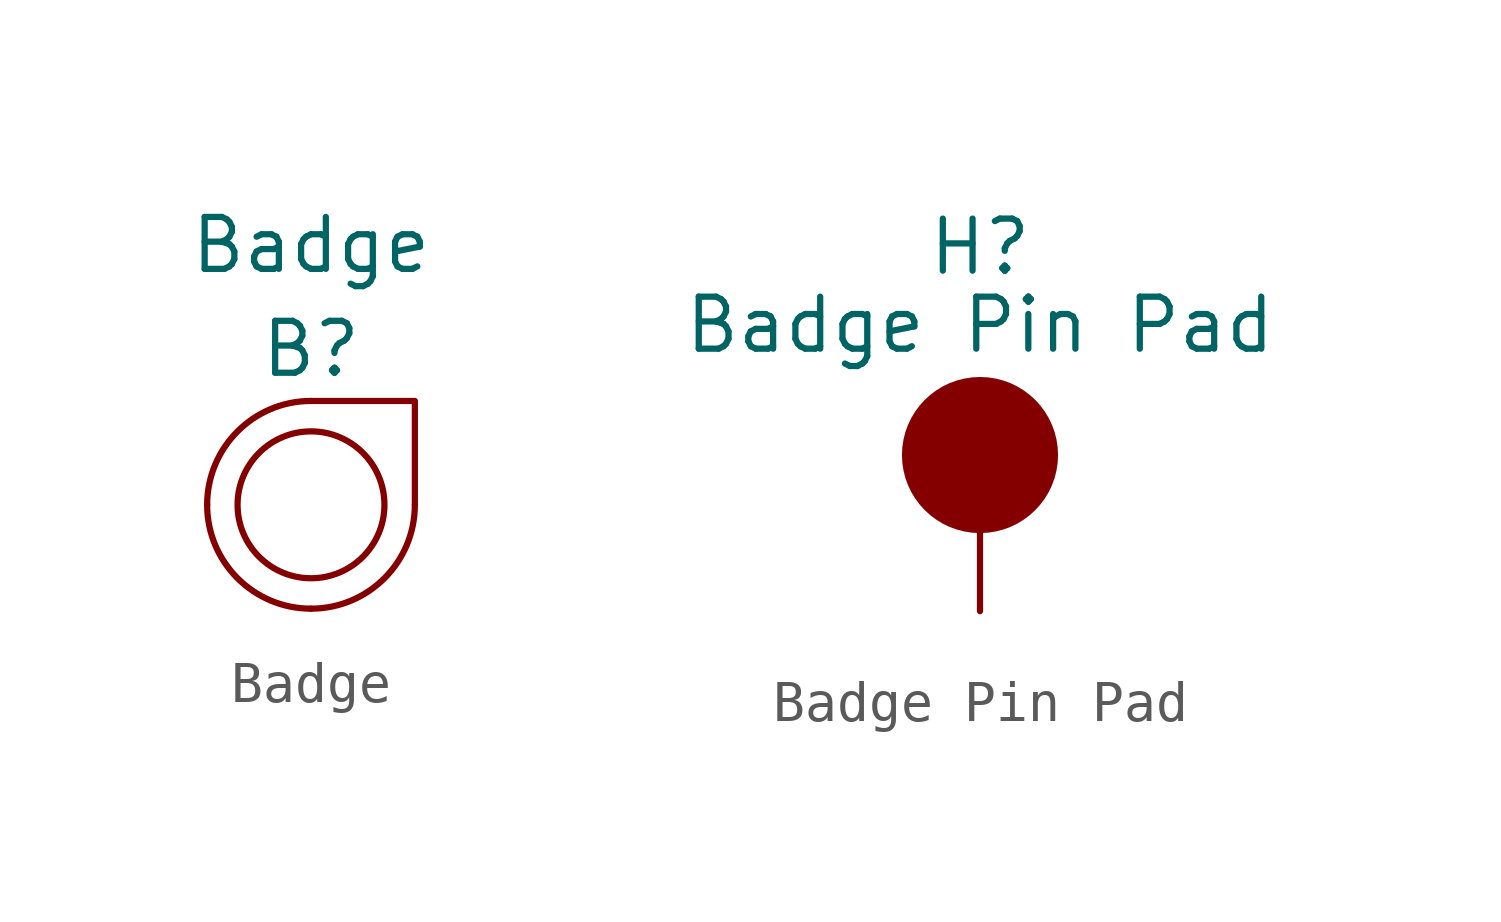
<source format=kicad_sym>
(kicad_symbol_lib
  (version 20211014)
  (generator kicad_symbol_editor)
  (symbol "Badge"
    (property "Reference" "B"
      (at 0 3.81 0)
      (effects (font (size 1.27 1.27))))
    (property "Value" "Badge"
      (at 0 6.35 0)
      (effects (font (size 1.27 1.27))))
    (symbol "Badge_0_1"
      (arc (start -2.54 0) (mid -1.7961 -1.7961) (end 0 -2.54) (stroke (width 0) (type default) (color 0 0 0 0)) (fill (type none)))
      (arc (start 0 -2.54) (mid 1.7961 -1.7961) (end 2.54 0) (stroke (width 0) (type default) (color 0 0 0 0)) (fill (type none)))
      (polyline (pts (xy 2.54 0) (xy 2.54 2.54) (xy 0 2.54)) (stroke (width 0) (type default) (color 0 0 0 0)) (fill (type none)))
      (circle (center 0 0) (radius 1.796) (stroke (width 0) (type default) (color 0 0 0 0)) (fill (type none)))
      (arc (start 0 2.54) (mid -1.7961 1.7961) (end -2.54 0) (stroke (width 0) (type default) (color 0 0 0 0)) (fill (type none)))))
  (symbol "Badge Pin Pad"
    (pin_numbers hide)
    (pin_names
      (offset 1.016) hide)
    (property "Reference" "H"
      (at 0 6.35 0)
      (effects (font (size 1.27 1.27))))
    (property "Value" "Badge Pin Pad"
      (at 0 4.445 0)
      (effects (font (size 1.27 1.27))))
    (symbol "Badge Pin Pad_0_1"
      (circle (center 0 1.27) (radius 1.27) (stroke (width 1.27) (type default) (color 0 0 0 0)) (fill (type outline))))
    (symbol "Badge Pin Pad_1_1"
      (pin input line (at 0 -2.54 90) (length 2.54) (name "1" (effects (font (size 1.27 1.27)))) (number "1" (effects (font (size 1.27 1.27))))))))
</source>
